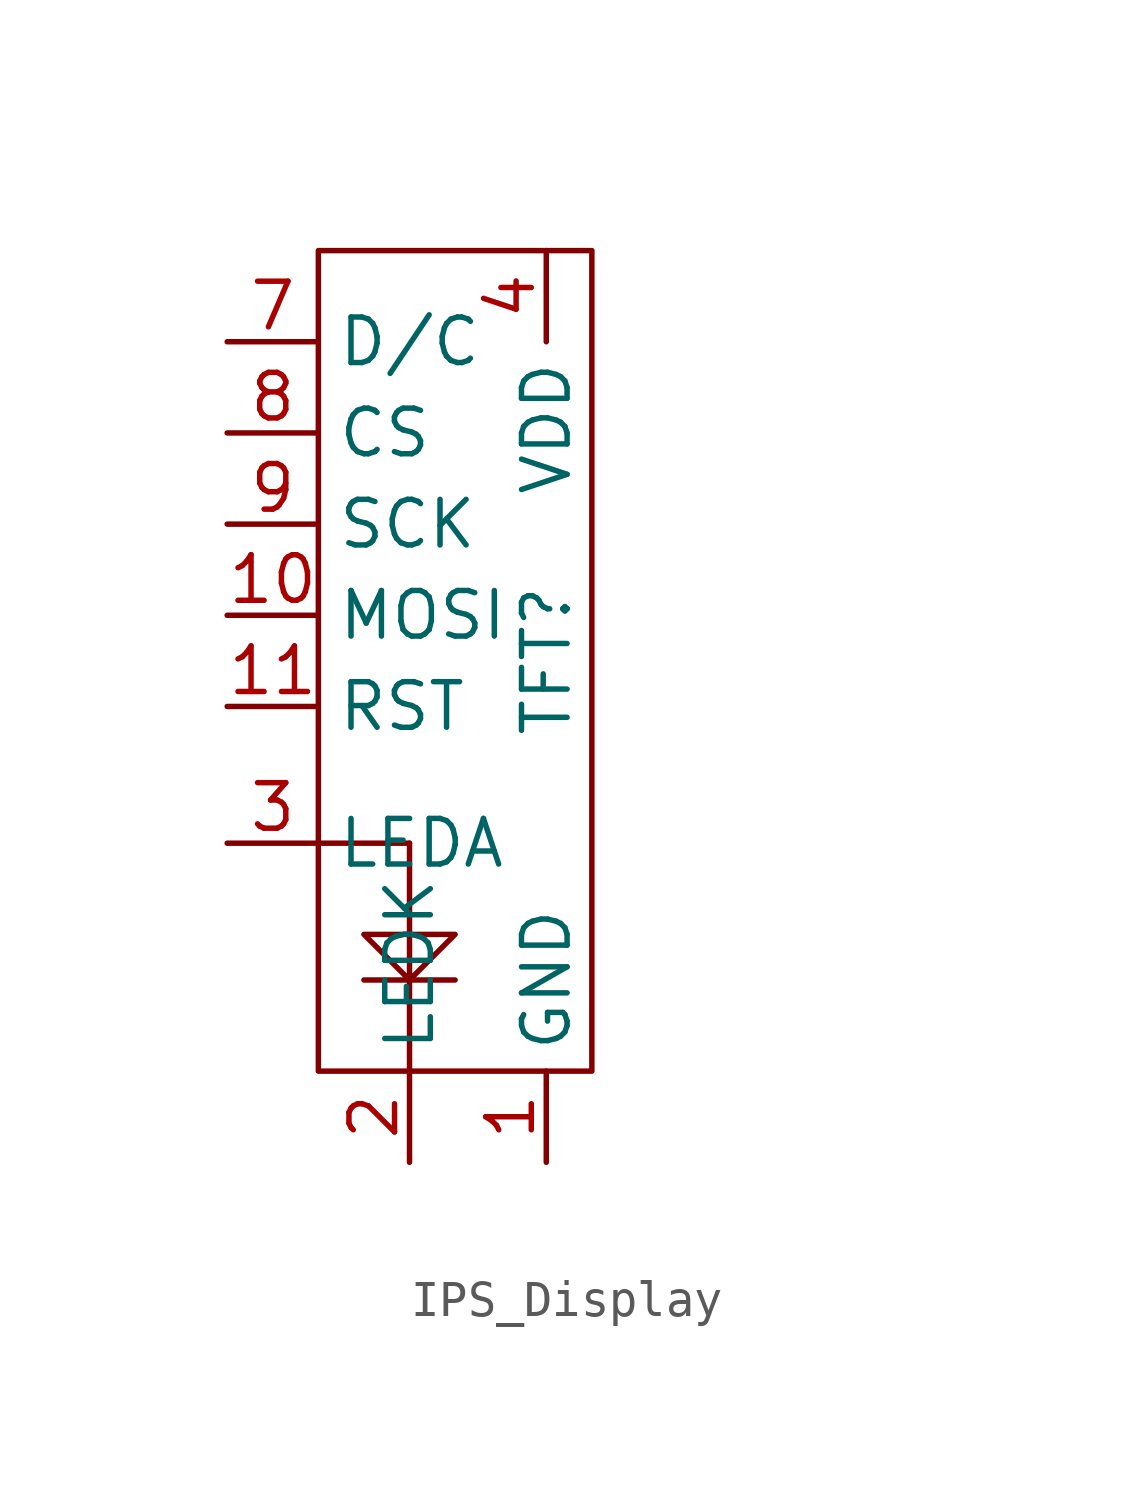
<source format=kicad_sym>
(kicad_symbol_lib
  (version 20220914)
  (generator kicad_symbol_editor)
  (symbol "IPS_Display"
    (property "Reference" "TFT"
      (at 2.54 -31.75 90)
      (effects (font (size 1.27 1.27))))
    (property "Value" ""
      (at 12.7 -45.72 0)
      (effects (font (size 1.27 1.27))))
    (symbol "IPS_Display_0_0"
      (pin unspecified line (at 2.54 -45.72 90) (length 2.54) (name "GND" (effects (font (size 1.27 1.27)))) (number "1" (effects (font (size 1.27 1.27)))))
      (pin unspecified line (at -6.35 -30.48 0) (length 2.54) (name "MOSI" (effects (font (size 1.27 1.27)))) (number "10" (effects (font (size 1.27 1.27)))))
      (pin unspecified line (at -6.35 -33.02 0) (length 2.54) (name "RST" (effects (font (size 1.27 1.27)))) (number "11" (effects (font (size 1.27 1.27)))))
      (pin unspecified line (at -1.27 -45.72 90) (length 2.54) (name "LEDK" (effects (font (size 1.27 1.27)))) (number "2" (effects (font (size 1.27 1.27)))))
      (pin unspecified line (at -6.35 -36.83 0) (length 2.54) (name "LEDA" (effects (font (size 1.27 1.27)))) (number "3" (effects (font (size 1.27 1.27)))))
      (pin unspecified line (at 2.54 -20.32 270) (length 2.54) (name "VDD" (effects (font (size 1.27 1.27)))) (number "4" (effects (font (size 1.27 1.27)))))
      (pin unspecified line (at -6.35 -22.86 0) (length 2.54) (name "D/C" (effects (font (size 1.27 1.27)))) (number "7" (effects (font (size 1.27 1.27)))))
      (pin unspecified line (at -6.35 -25.4 0) (length 2.54) (name "CS" (effects (font (size 1.27 1.27)))) (number "8" (effects (font (size 1.27 1.27)))))
      (pin unspecified line (at -6.35 -27.94 0) (length 2.54) (name "SCK" (effects (font (size 1.27 1.27)))) (number "9" (effects (font (size 1.27 1.27))))))
    (symbol "IPS_Display_0_1"
      (rectangle (start -3.81 -20.32) (end 3.81 -43.18) (stroke (width 0) (type default)) (fill (type none)))
      (polyline (pts (xy -1.27 -36.83) (xy -3.81 -36.83)) (stroke (width 0) (type default)) (fill (type none)))
      (polyline (pts (xy 0 -40.64) (xy -2.54 -40.64)) (stroke (width 0) (type default)) (fill (type none)))
      (polyline (pts (xy -1.27 -36.83) (xy -1.27 -39.37) (xy 0 -39.37) (xy -1.27 -40.64) (xy -2.54 -39.37) (xy -1.27 -39.37) (xy -1.27 -43.18)) (stroke (width 0) (type default)) (fill (type none))))))
</source>
